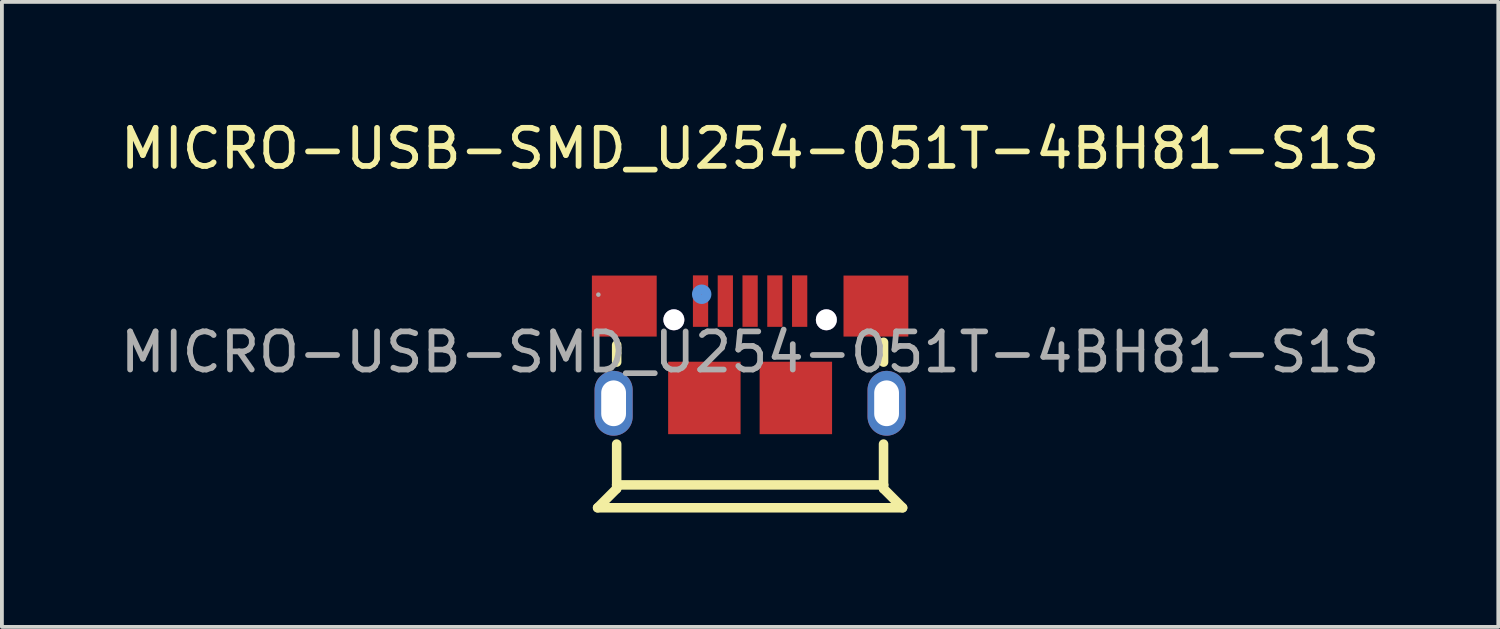
<source format=kicad_pcb>
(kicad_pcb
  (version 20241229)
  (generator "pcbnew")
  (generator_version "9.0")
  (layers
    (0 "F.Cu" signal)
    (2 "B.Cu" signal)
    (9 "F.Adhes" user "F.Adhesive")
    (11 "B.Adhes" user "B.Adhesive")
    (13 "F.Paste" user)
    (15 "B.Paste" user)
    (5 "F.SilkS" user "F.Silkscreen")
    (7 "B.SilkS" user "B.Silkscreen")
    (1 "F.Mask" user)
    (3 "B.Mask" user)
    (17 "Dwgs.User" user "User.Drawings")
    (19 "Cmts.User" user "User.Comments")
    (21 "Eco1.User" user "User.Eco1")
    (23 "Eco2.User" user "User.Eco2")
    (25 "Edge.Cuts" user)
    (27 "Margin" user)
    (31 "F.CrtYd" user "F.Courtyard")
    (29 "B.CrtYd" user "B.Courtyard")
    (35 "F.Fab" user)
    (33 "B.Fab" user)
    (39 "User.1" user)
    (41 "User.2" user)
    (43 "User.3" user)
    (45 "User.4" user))
  (footprint "MICRO-USB-SMD_U254-051T-4BH81-S1S"
    (layer "F.Cu")
    (at 16.625 6.188)
    (property "Reference" "MICRO-USB-SMD_U254-051T-4BH81-S1S" (at 0 -5.34 0) (layer "F.SilkS") (effects (font (size 1 1) (thickness 0.15))))
    (attr smd)
    (fp_line (start -4 4.08) (end 4 4.08) (stroke (width 0.25) (type solid)) (layer "F.SilkS"))
    (fp_line (start -3.5 0.26) (end -3.5 -0.19) (stroke (width 0.25) (type solid)) (layer "F.SilkS"))
    (fp_line (start -3.5 3.48) (end -3.5 2.41) (stroke (width 0.25) (type solid)) (layer "F.SilkS"))
    (fp_line (start -3.5 3.48) (end -3.5 3.58) (stroke (width 0.25) (type solid)) (layer "F.SilkS"))
    (fp_line (start -3.5 3.58) (end -4 4.08) (stroke (width 0.25) (type solid)) (layer "F.SilkS"))
    (fp_line (start 3.5 0.26) (end 3.5 -0.26) (stroke (width 0.25) (type solid)) (layer "F.SilkS"))
    (fp_line (start 3.5 3.48) (end -3.5 3.48) (stroke (width 0.25) (type solid)) (layer "F.SilkS"))
    (fp_line (start 3.5 3.48) (end 3.5 2.41) (stroke (width 0.25) (type solid)) (layer "F.SilkS"))
    (fp_line (start 3.5 3.48) (end 3.5 3.58) (stroke (width 0.25) (type solid)) (layer "F.SilkS"))
    (fp_line (start 3.5 3.58) (end 4 4.08) (stroke (width 0.25) (type solid)) (layer "F.SilkS"))
    (fp_circle (center -1.27 -1.52) (end -1.14 -1.52) (stroke (width 0.25) (type solid)) (fill no) (layer "Cmts.User"))
    (fp_circle (center -3.98 -1.51) (end -3.95 -1.51) (stroke (width 0.06) (type solid)) (fill no) (layer "F.Fab"))
    (fp_text user "${REFERENCE}" (at 0 0 0) (layer "F.Fab") (effects (font (size 1 1) (thickness 0.15))))
    (pad "" thru_hole circle (at -2 -0.85) (size 0.55 0.55) (drill 0.55) (layers "*.Cu" "*.Mask"))
    (pad "" thru_hole circle (at 2 -0.85) (size 0.55 0.55) (drill 0.55) (layers "*.Cu" "*.Mask"))
    (pad "1" smd rect (at -1.3 -1.34) (size 0.4 1.35) (layers "F.Cu" "F.Mask" "F.Paste"))
    (pad "2" smd rect (at -0.65 -1.34) (size 0.4 1.35) (layers "F.Cu" "F.Mask" "F.Paste"))
    (pad "3" smd rect (at 0 -1.34) (size 0.4 1.35) (layers "F.Cu" "F.Mask" "F.Paste"))
    (pad "4" smd rect (at 0.65 -1.34) (size 0.4 1.35) (layers "F.Cu" "F.Mask" "F.Paste"))
    (pad "5" smd rect (at 1.3 -1.34) (size 0.4 1.35) (layers "F.Cu" "F.Mask" "F.Paste"))
    (pad "6" thru_hole oval (at -3.58 1.34) (size 1 1.7) (drill oval 0.65 1.2) (layers "*.Cu" "*.Paste" "*.Mask"))
    (pad "6" smd rect (at -3.3 -1.21) (size 1.7 1.6) (layers "F.Cu" "F.Mask" "F.Paste"))
    (pad "6" smd rect (at -1.2 1.2) (size 1.9 1.9) (layers "F.Cu" "F.Mask" "F.Paste"))
    (pad "6" smd rect (at 1.2 1.2) (size 1.9 1.9) (layers "F.Cu" "F.Mask" "F.Paste"))
    (pad "6" smd rect (at 3.3 -1.21) (size 1.7 1.6) (layers "F.Cu" "F.Mask" "F.Paste"))
    (pad "6" thru_hole oval (at 3.58 1.34) (size 1 1.7) (drill oval 0.65 1.2) (layers "*.Cu" "*.Paste" "*.Mask")))
  (gr_rect
    (start -3 -3)
    (end 36.25 13.393)
    (stroke (width 0.1) (type default))
    (fill no)
    (layer "Edge.Cuts")))
</source>
